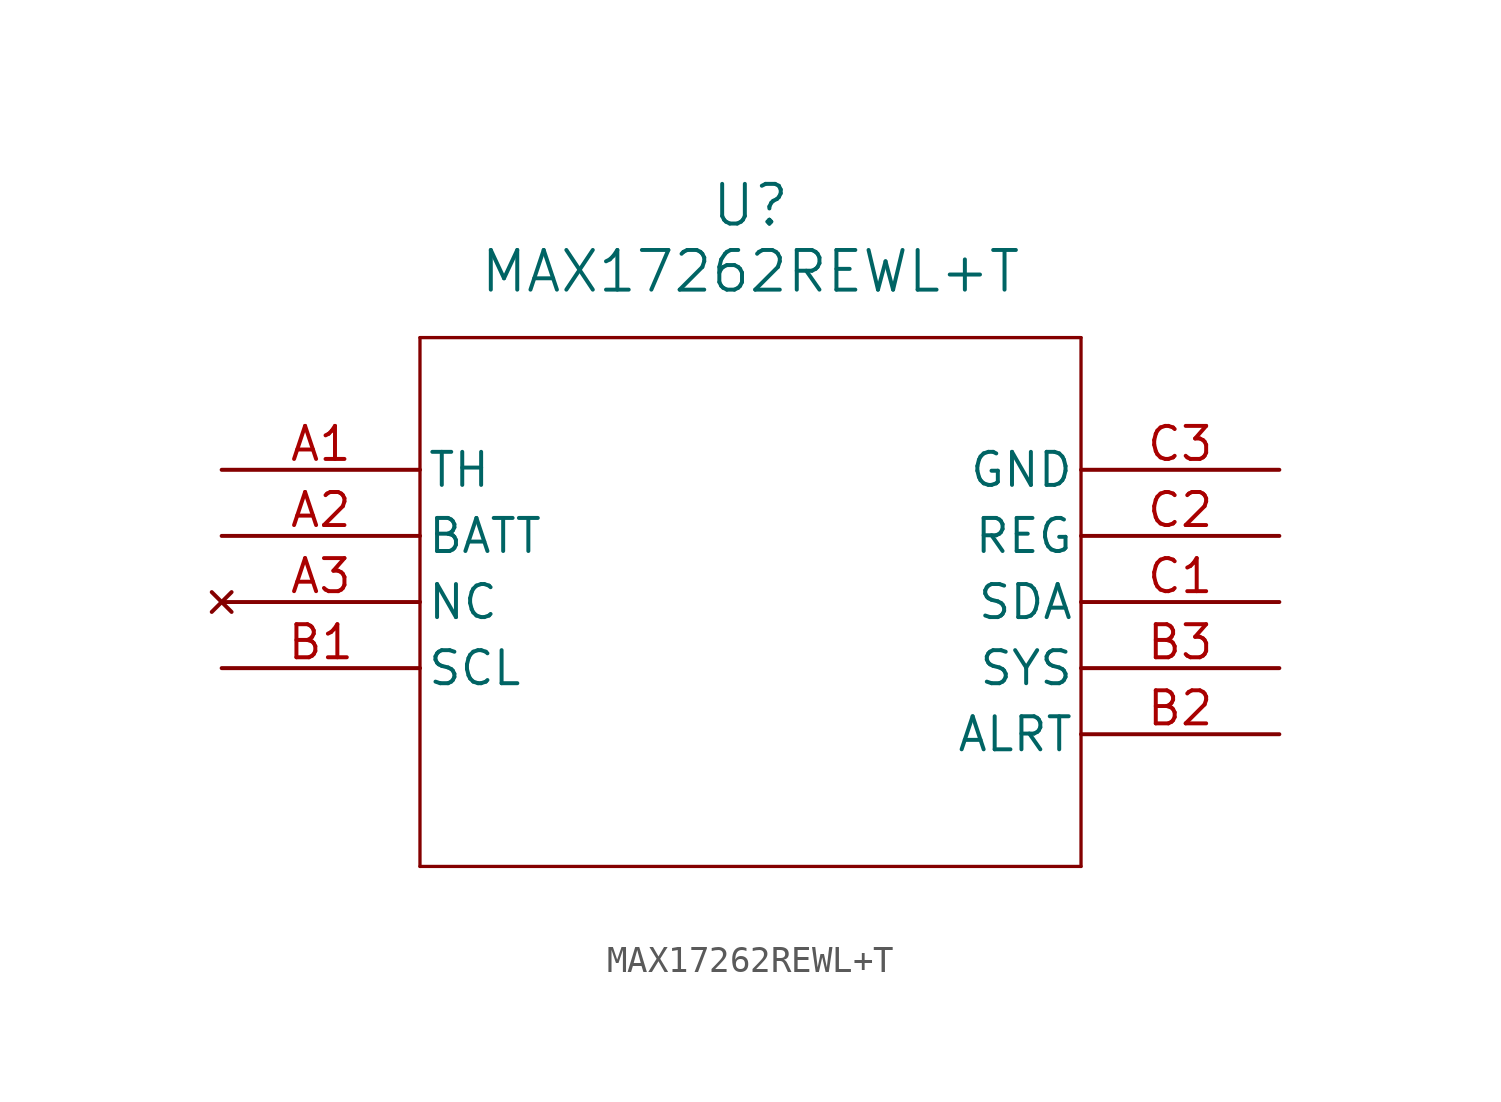
<source format=kicad_sym>
(kicad_symbol_lib
  (version 20211014)
  (generator kicad_symbol_editor)
  (symbol "MAX17262REWL+T"
    (pin_names
      (offset 0.254))
    (property "Reference" "U"
      (at 20.32 10.16 0)
      (effects (font (size 1.524 1.524))))
    (property "Value" "MAX17262REWL+T"
      (at 20.32 7.62 0)
      (effects (font (size 1.524 1.524))))
    (symbol "MAX17262REWL+T_0_1"
      (polyline (pts (xy 7.62 5.08) (xy 7.62 -15.24)) (stroke (width 0.127) (type default) (color 0 0 0 0)) (fill (type none)))
      (polyline (pts (xy 7.62 -15.24) (xy 33.02 -15.24)) (stroke (width 0.127) (type default) (color 0 0 0 0)) (fill (type none)))
      (polyline (pts (xy 33.02 -15.24) (xy 33.02 5.08)) (stroke (width 0.127) (type default) (color 0 0 0 0)) (fill (type none)))
      (polyline (pts (xy 33.02 5.08) (xy 7.62 5.08)) (stroke (width 0.127) (type default) (color 0 0 0 0)) (fill (type none)))
      (pin input line (at 0 0 0) (length 7.62) (name "TH" (effects (font (size 1.27 1.27)))) (number "A1" (effects (font (size 1.27 1.27)))))
      (pin unspecified line (at 0 -2.54 0) (length 7.62) (name "BATT" (effects (font (size 1.27 1.27)))) (number "A2" (effects (font (size 1.27 1.27)))))
      (pin no_connect line (at 0 -5.08 0) (length 7.62) (name "NC" (effects (font (size 1.27 1.27)))) (number "A3" (effects (font (size 1.27 1.27)))))
      (pin input line (at 0 -7.62 0) (length 7.62) (name "SCL" (effects (font (size 1.27 1.27)))) (number "B1" (effects (font (size 1.27 1.27)))))
      (pin output line (at 40.64 -10.16 180) (length 7.62) (name "ALRT" (effects (font (size 1.27 1.27)))) (number "B2" (effects (font (size 1.27 1.27)))))
      (pin unspecified line (at 40.64 -7.62 180) (length 7.62) (name "SYS" (effects (font (size 1.27 1.27)))) (number "B3" (effects (font (size 1.27 1.27)))))
      (pin bidirectional line (at 40.64 -5.08 180) (length 7.62) (name "SDA" (effects (font (size 1.27 1.27)))) (number "C1" (effects (font (size 1.27 1.27)))))
      (pin output line (at 40.64 -2.54 180) (length 7.62) (name "REG" (effects (font (size 1.27 1.27)))) (number "C2" (effects (font (size 1.27 1.27)))))
      (pin power_in line (at 40.64 0 180) (length 7.62) (name "GND" (effects (font (size 1.27 1.27)))) (number "C3" (effects (font (size 1.27 1.27))))))))
</source>
